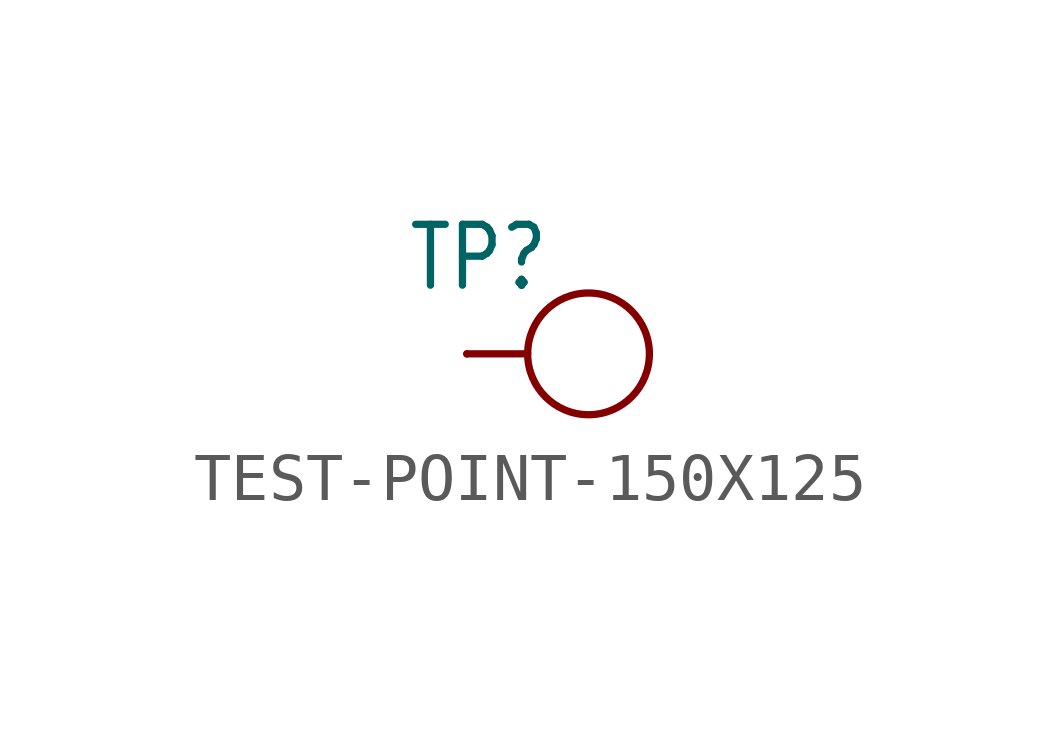
<source format=kicad_sym>
(kicad_symbol_lib
  (version 20241209)
  (generator "kicad_symbol_editor")
  (generator_version "9.0")
  (symbol "TEST-POINT-150X125"
    (property "Reference" "TP"
      (at -3.81 1.27 0)
      (effects (font (size 1.27 1.079)) (justify left bottom)))
    (property "ki_locked" ""
      (at 0 0 0)
      (effects (font (size 1.27 1.27))))
    (symbol "TEST-POINT-150X125_1_0"
      (polyline (pts (xy -2.54 0) (xy -1.27 0)) (stroke (width 0.152) (type solid)) (fill (type none)))
      (circle (center 0 0) (radius 1.27) (stroke (width 0.152) (type solid)) (fill (type none)))
      (pin bidirectional line (at -2.54 0 0) (length 0) (name "T" (effects (font (size 0 0)))) (number "1" (effects (font (size 0 0))))))))
</source>
